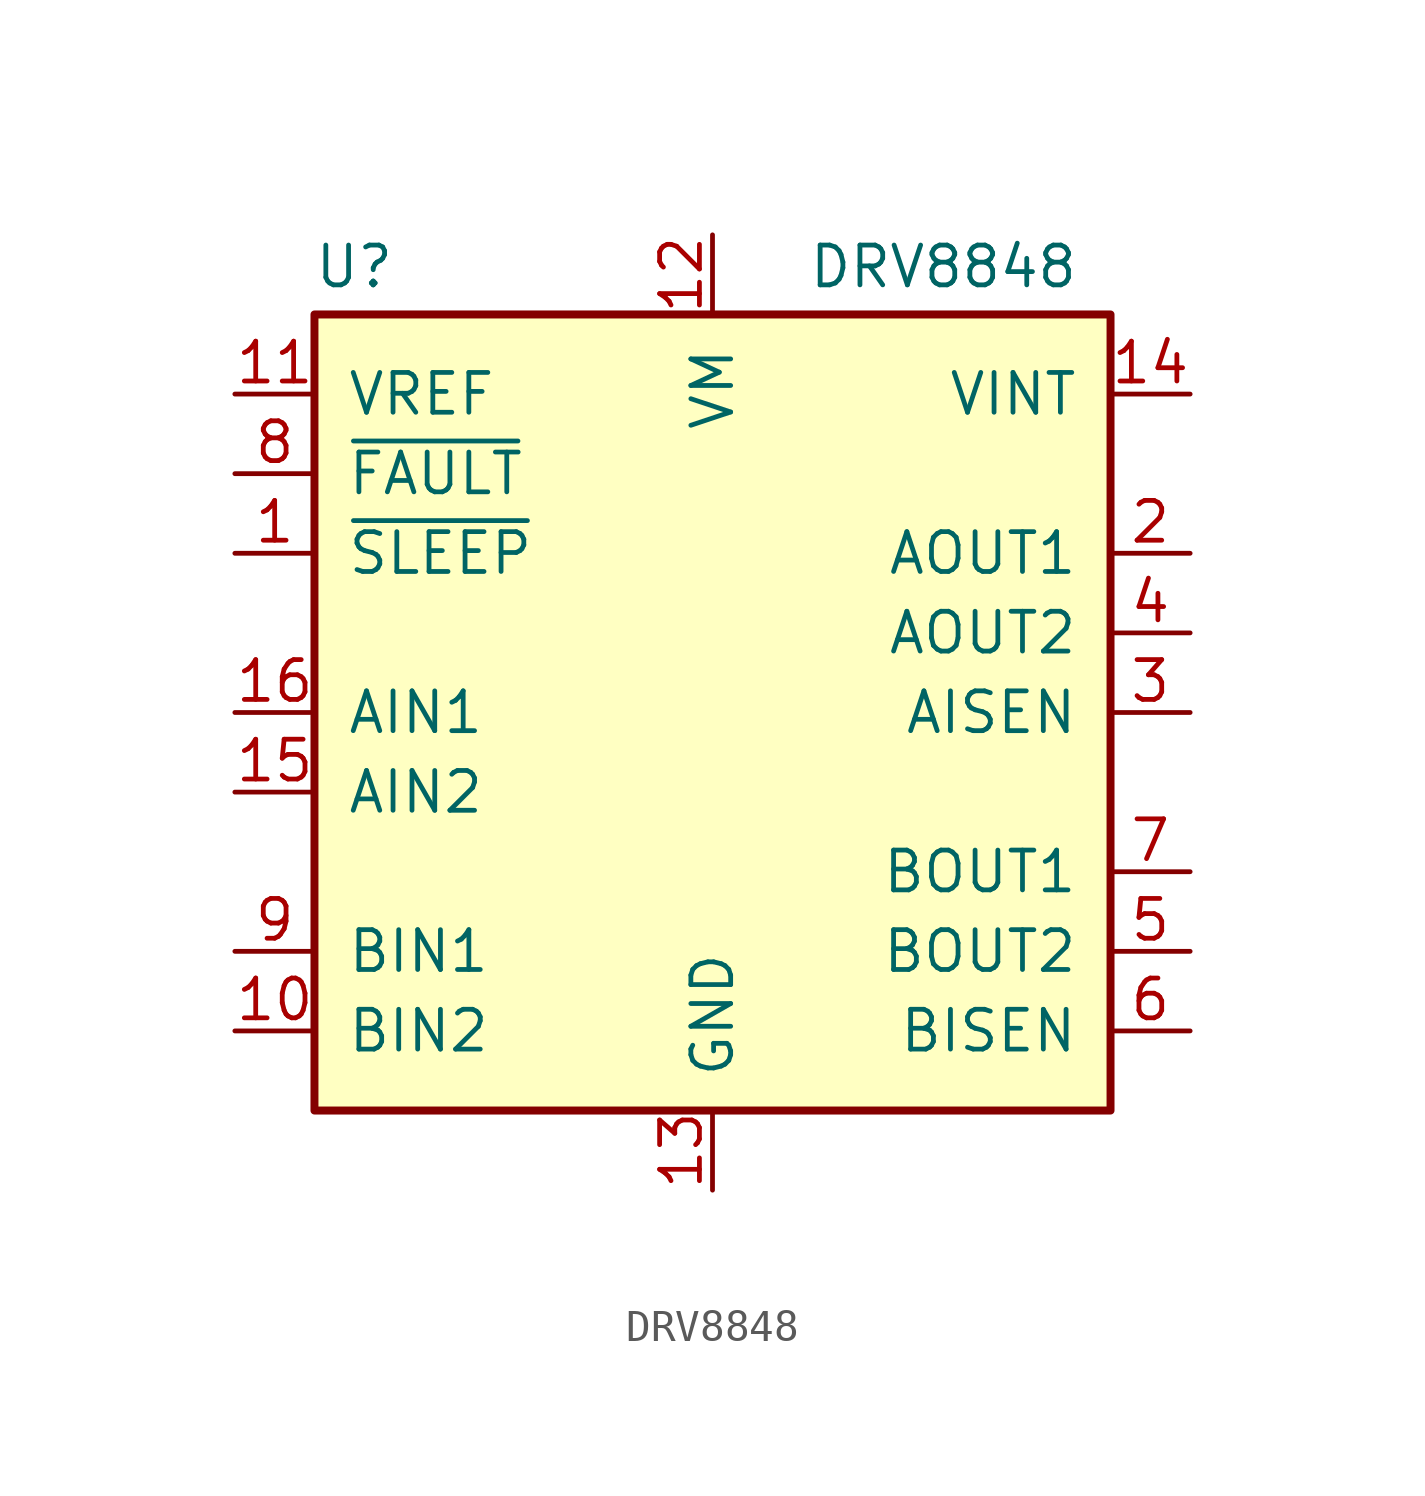
<source format=kicad_sym>
(kicad_symbol_lib
  (version 20220914)
  (generator kicad_symbol_editor)
  (symbol "DRV8848"
    (pin_names
      (offset 1.016))
    (property "Reference" "U"
      (at -11.43 14.224 0)
      (effects (font (size 1.27 1.27))))
    (property "Value" "DRV8848"
      (at 7.366 14.224 0)
      (effects (font (size 1.27 1.27))))
    (symbol "DRV8848_0_1"
      (rectangle (start -12.7 12.7) (end 12.7 -12.7) (stroke (width 0.254) (type default)) (fill (type background))))
    (symbol "DRV8848_1_1"
      (pin input line (at -15.24 5.08 0) (length 2.54) (name "~{SLEEP}" (effects (font (size 1.27 1.27)))) (number "1" (effects (font (size 1.27 1.27)))))
      (pin input line (at -15.24 -10.16 0) (length 2.54) (name "BIN2" (effects (font (size 1.27 1.27)))) (number "10" (effects (font (size 1.27 1.27)))))
      (pin input line (at -15.24 10.16 0) (length 2.54) (name "VREF" (effects (font (size 1.27 1.27)))) (number "11" (effects (font (size 1.27 1.27)))))
      (pin power_in line (at 0 15.24 270) (length 2.54) (name "VM" (effects (font (size 1.27 1.27)))) (number "12" (effects (font (size 1.27 1.27)))))
      (pin power_in line (at 0 -15.24 90) (length 2.54) (name "GND" (effects (font (size 1.27 1.27)))) (number "13" (effects (font (size 1.27 1.27)))))
      (pin passive line (at 15.24 10.16 180) (length 2.54) (name "VINT" (effects (font (size 1.27 1.27)))) (number "14" (effects (font (size 1.27 1.27)))))
      (pin input line (at -15.24 -2.54 0) (length 2.54) (name "AIN2" (effects (font (size 1.27 1.27)))) (number "15" (effects (font (size 1.27 1.27)))))
      (pin input line (at -15.24 0 0) (length 2.54) (name "AIN1" (effects (font (size 1.27 1.27)))) (number "16" (effects (font (size 1.27 1.27)))))
      (pin passive line (at 0 -15.24 90) (length 2.54) hide (name "GND" (effects (font (size 1.27 1.27)))) (number "17" (effects (font (size 1.27 1.27)))))
      (pin output line (at 15.24 5.08 180) (length 2.54) (name "AOUT1" (effects (font (size 1.27 1.27)))) (number "2" (effects (font (size 1.27 1.27)))))
      (pin passive line (at 15.24 0 180) (length 2.54) (name "AISEN" (effects (font (size 1.27 1.27)))) (number "3" (effects (font (size 1.27 1.27)))))
      (pin output line (at 15.24 2.54 180) (length 2.54) (name "AOUT2" (effects (font (size 1.27 1.27)))) (number "4" (effects (font (size 1.27 1.27)))))
      (pin output line (at 15.24 -7.62 180) (length 2.54) (name "BOUT2" (effects (font (size 1.27 1.27)))) (number "5" (effects (font (size 1.27 1.27)))))
      (pin passive line (at 15.24 -10.16 180) (length 2.54) (name "BISEN" (effects (font (size 1.27 1.27)))) (number "6" (effects (font (size 1.27 1.27)))))
      (pin output line (at 15.24 -5.08 180) (length 2.54) (name "BOUT1" (effects (font (size 1.27 1.27)))) (number "7" (effects (font (size 1.27 1.27)))))
      (pin open_collector line (at -15.24 7.62 0) (length 2.54) (name "~{FAULT}" (effects (font (size 1.27 1.27)))) (number "8" (effects (font (size 1.27 1.27)))))
      (pin input line (at -15.24 -7.62 0) (length 2.54) (name "BIN1" (effects (font (size 1.27 1.27)))) (number "9" (effects (font (size 1.27 1.27))))))))
</source>
